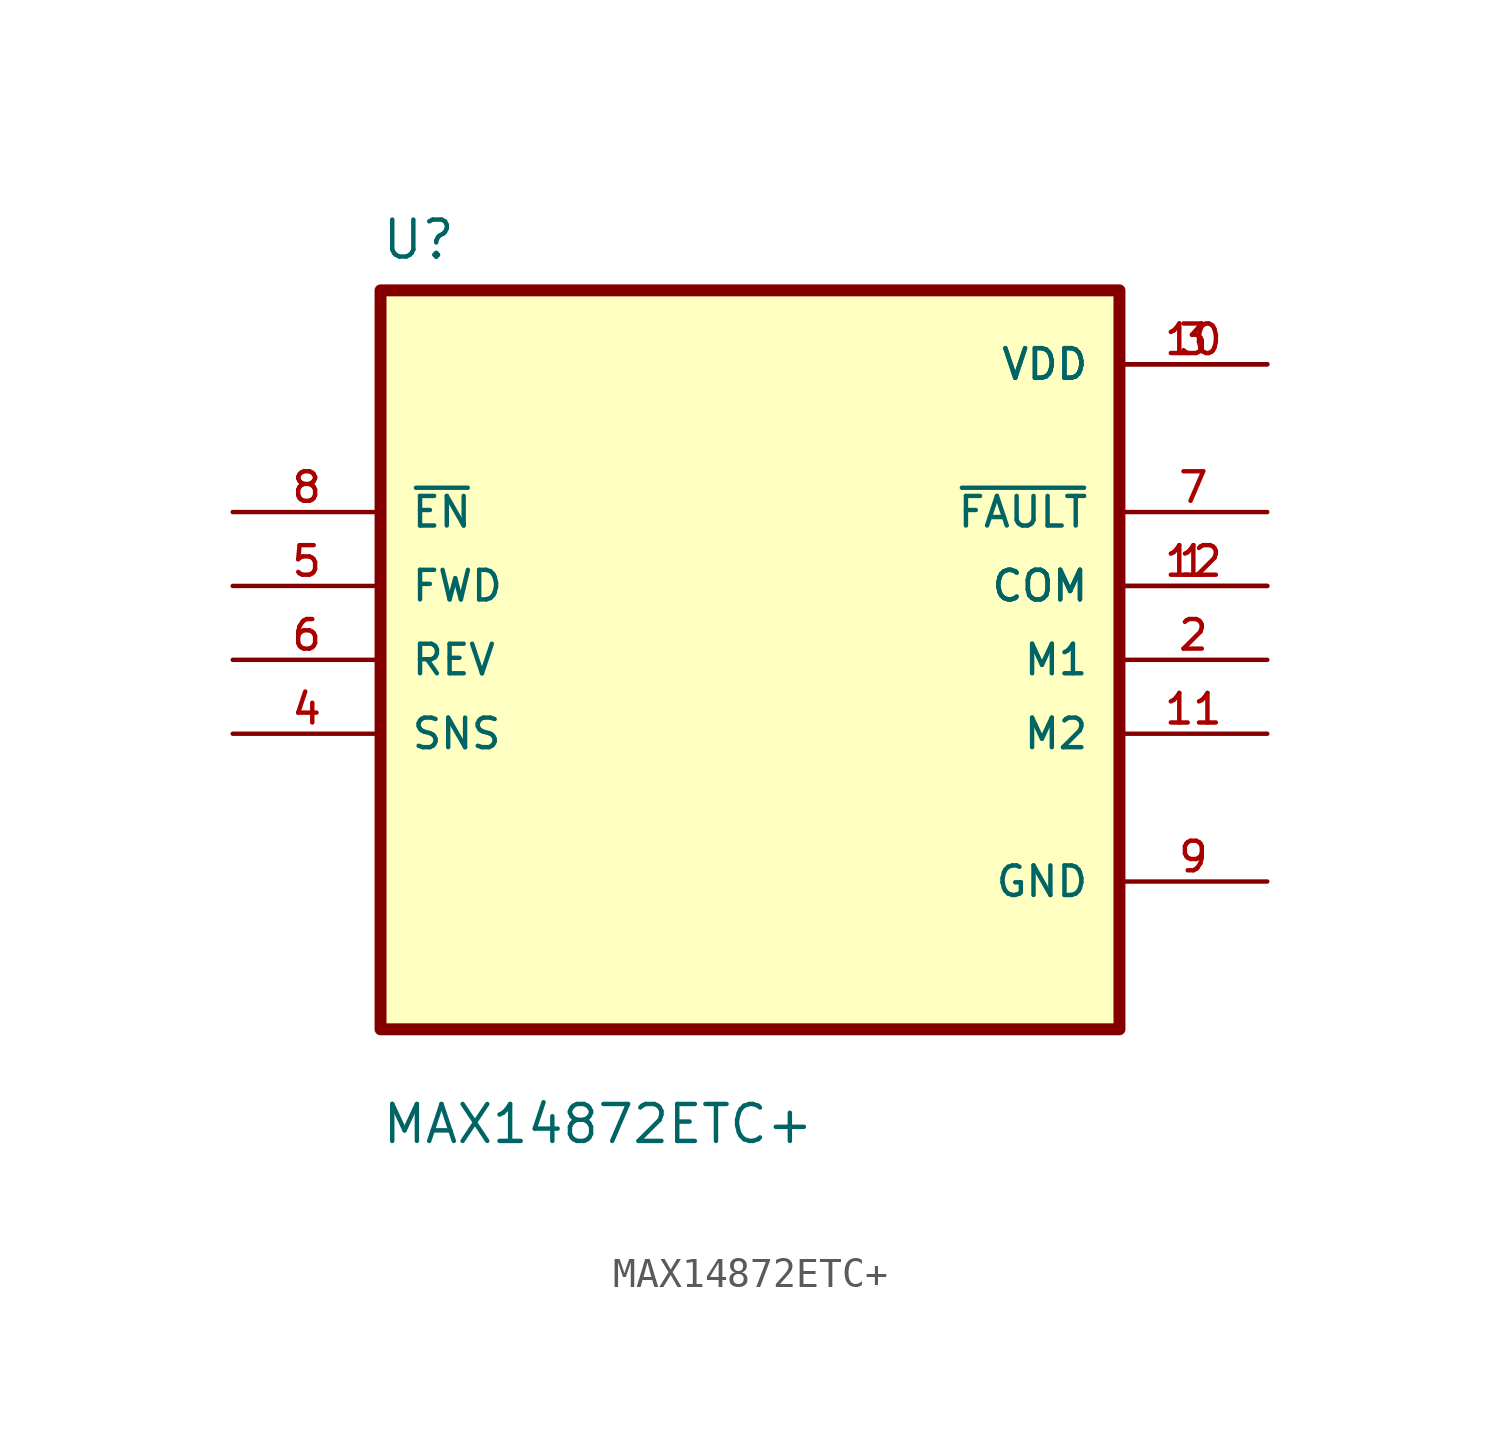
<source format=kicad_sym>
(kicad_symbol_lib
  (version 20211014)
  (generator kicad_symbol_editor)
  (symbol "MAX14872ETC+"
    (pin_names
      (offset 1.016))
    (property "Reference" "U"
      (at -12.7 13.7 0.0)
      (effects (font (size 1.27 1.27)) (justify bottom left)))
    (property "Value" "MAX14872ETC+"
      (at -12.7 -16.7 0.0)
      (effects (font (size 1.27 1.27)) (justify bottom left)))
    (symbol "MAX14872ETC+_0_0"
      (rectangle (start -12.7 -12.7) (end 12.7 12.7) (stroke (width 0.41)) (fill (type background)))
      (pin input line (at -17.78 5.08 0) (length 5.08) (name "~{EN}" (effects (font (size 1.016 1.016)))) (number "8" (effects (font (size 1.016 1.016)))))
      (pin input line (at -17.78 2.54 0) (length 5.08) (name "FWD" (effects (font (size 1.016 1.016)))) (number "5" (effects (font (size 1.016 1.016)))))
      (pin input line (at -17.78 -8.88178e-16 0) (length 5.08) (name "REV" (effects (font (size 1.016 1.016)))) (number "6" (effects (font (size 1.016 1.016)))))
      (pin input line (at -17.78 -2.54 0) (length 5.08) (name "SNS" (effects (font (size 1.016 1.016)))) (number "4" (effects (font (size 1.016 1.016)))))
      (pin power_in line (at 17.78 10.16 180.0) (length 5.08) (name "VDD" (effects (font (size 1.016 1.016)))) (number "3" (effects (font (size 1.016 1.016)))))
      (pin power_in line (at 17.78 10.16 180.0) (length 5.08) (name "VDD" (effects (font (size 1.016 1.016)))) (number "10" (effects (font (size 1.016 1.016)))))
      (pin output line (at 17.78 5.08 180.0) (length 5.08) (name "~{FAULT}" (effects (font (size 1.016 1.016)))) (number "7" (effects (font (size 1.016 1.016)))))
      (pin output line (at 17.78 2.54 180.0) (length 5.08) (name "COM" (effects (font (size 1.016 1.016)))) (number "1" (effects (font (size 1.016 1.016)))))
      (pin output line (at 17.78 2.54 180.0) (length 5.08) (name "COM" (effects (font (size 1.016 1.016)))) (number "12" (effects (font (size 1.016 1.016)))))
      (pin output line (at 17.78 0.0 180.0) (length 5.08) (name "M1" (effects (font (size 1.016 1.016)))) (number "2" (effects (font (size 1.016 1.016)))))
      (pin output line (at 17.78 -2.54 180.0) (length 5.08) (name "M2" (effects (font (size 1.016 1.016)))) (number "11" (effects (font (size 1.016 1.016)))))
      (pin power_in line (at 17.78 -7.62 180.0) (length 5.08) (name "GND" (effects (font (size 1.016 1.016)))) (number "9" (effects (font (size 1.016 1.016))))))))
</source>
